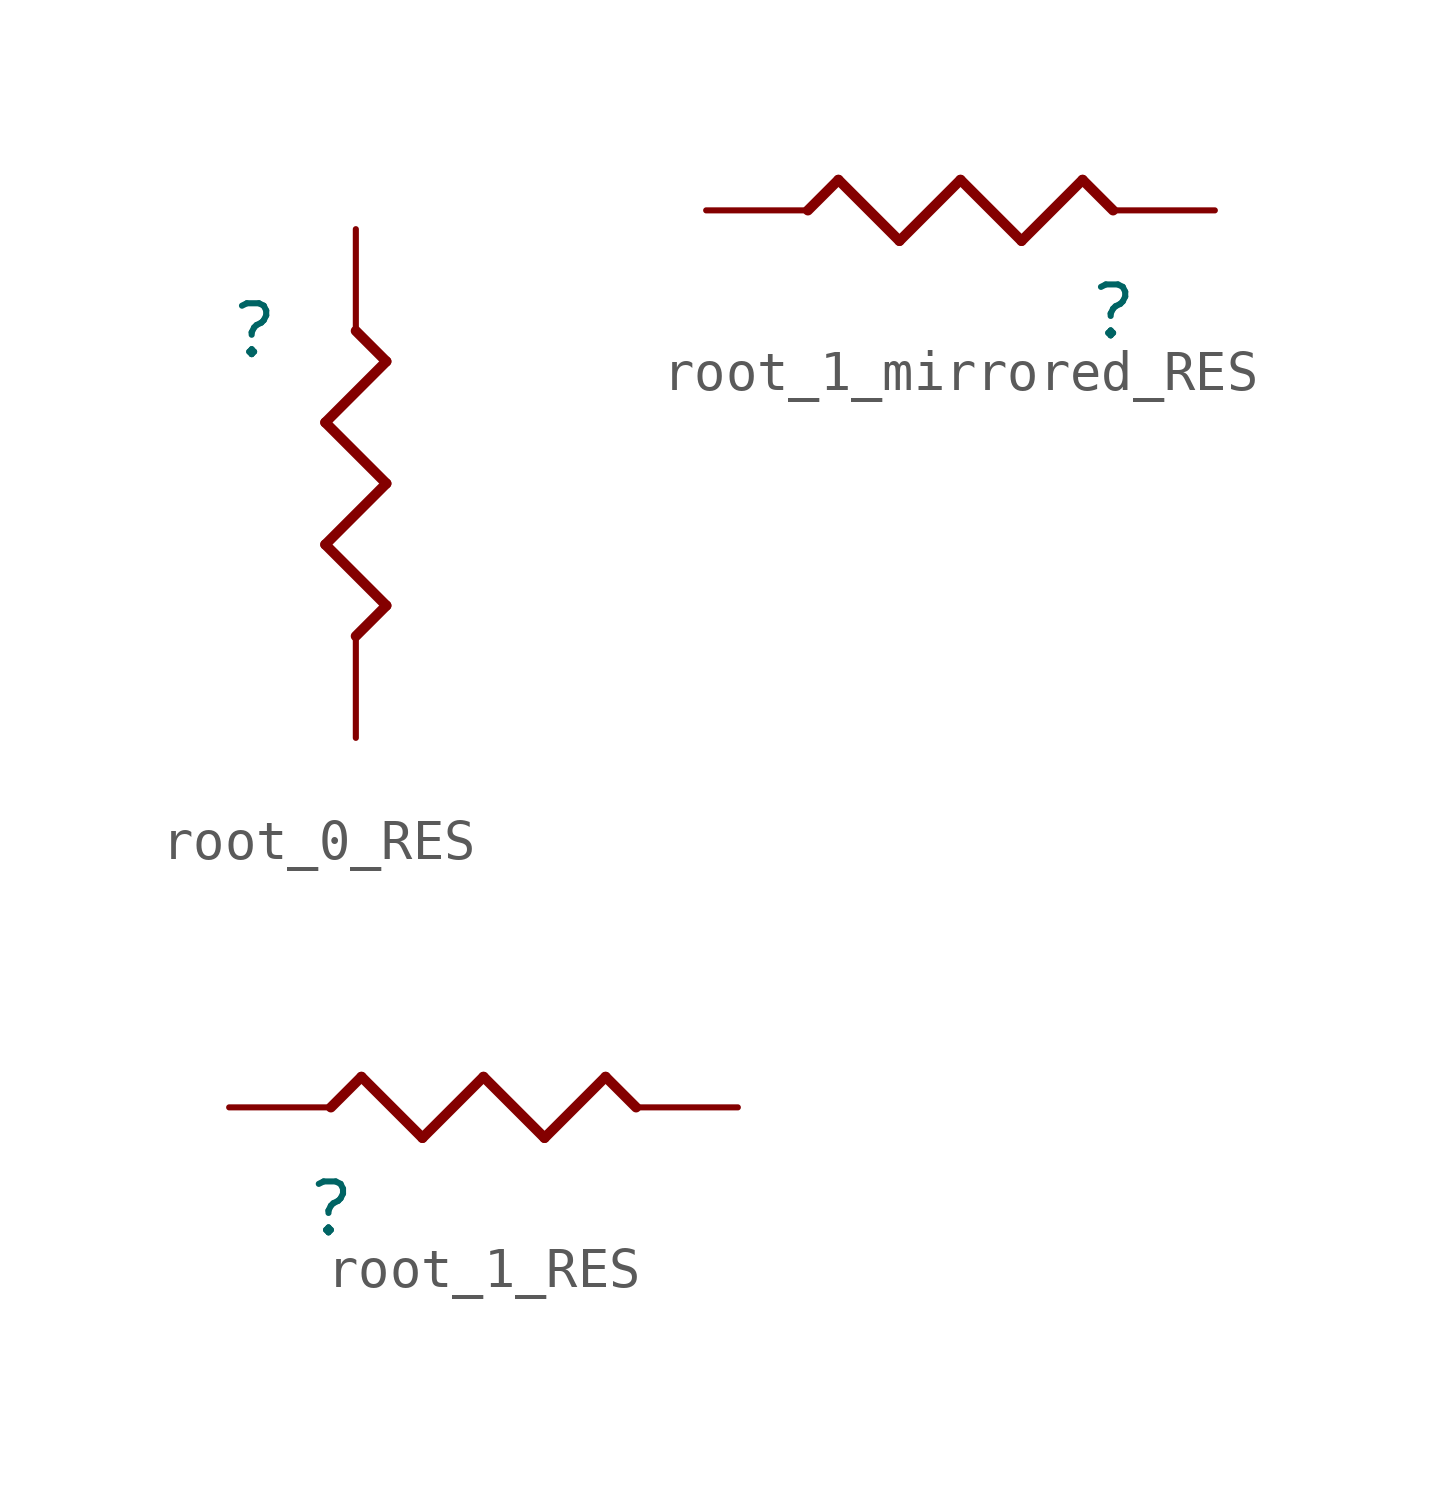
<source format=kicad_sym>
(kicad_symbol_lib
  (version 20231120)
  (generator "kicad_symbol_editor")
  (generator_version "8.0")
  (symbol "root_0_RES"
    (property "Reference" ""
      (at 0 0 0)
      (effects (font (size 1.27 1.27))))
    (property "Value" ""
      (at 0 0 0)
      (effects (font (size 1.27 1.27))))
    (symbol "root_0_RES_1_0"
      (polyline (pts (xy 1.778 -5.334) (xy 3.302 -6.858)) (stroke (width 0.254) (type solid)) (fill (type none)))
      (polyline (pts (xy 1.778 -2.286) (xy 3.302 -3.81)) (stroke (width 0.254) (type solid)) (fill (type none)))
      (polyline (pts (xy 2.54 0) (xy 3.302 -0.762)) (stroke (width 0.254) (type solid)) (fill (type none)))
      (polyline (pts (xy 3.302 -6.858) (xy 2.54 -7.62)) (stroke (width 0.254) (type solid)) (fill (type none)))
      (polyline (pts (xy 3.302 -3.81) (xy 1.778 -5.334)) (stroke (width 0.254) (type solid)) (fill (type none)))
      (polyline (pts (xy 3.302 -0.762) (xy 1.778 -2.286)) (stroke (width 0.254) (type solid)) (fill (type none)))
      (pin passive line (at 2.54 2.54 270) (length 2.54) (name "1" (effects (font (size 0 0)))) (number "1" (effects (font (size 0 0)))))
      (pin passive line (at 2.54 -10.16 90) (length 2.54) (name "2" (effects (font (size 0 0)))) (number "2" (effects (font (size 0 0)))))))
  (symbol "root_1_mirrored_RES"
    (property "Reference" ""
      (at 0 0 0)
      (effects (font (size 1.27 1.27))))
    (property "Value" ""
      (at 0 0 0)
      (effects (font (size 1.27 1.27))))
    (symbol "root_1_mirrored_RES_1_0"
      (polyline (pts (xy -6.858 3.302) (xy -7.62 2.54)) (stroke (width 0.254) (type solid)) (fill (type none)))
      (polyline (pts (xy -5.334 1.778) (xy -6.858 3.302)) (stroke (width 0.254) (type solid)) (fill (type none)))
      (polyline (pts (xy -3.81 3.302) (xy -5.334 1.778)) (stroke (width 0.254) (type solid)) (fill (type none)))
      (polyline (pts (xy -2.286 1.778) (xy -3.81 3.302)) (stroke (width 0.254) (type solid)) (fill (type none)))
      (polyline (pts (xy -0.762 3.302) (xy -2.286 1.778)) (stroke (width 0.254) (type solid)) (fill (type none)))
      (polyline (pts (xy 0 2.54) (xy -0.762 3.302)) (stroke (width 0.254) (type solid)) (fill (type none)))
      (pin passive line (at 2.54 2.54 180) (length 2.54) (name "1" (effects (font (size 0 0)))) (number "1" (effects (font (size 0 0)))))
      (pin passive line (at -10.16 2.54 0) (length 2.54) (name "2" (effects (font (size 0 0)))) (number "2" (effects (font (size 0 0)))))))
  (symbol "root_1_RES"
    (property "Reference" ""
      (at 0 0 0)
      (effects (font (size 1.27 1.27))))
    (property "Value" ""
      (at 0 0 0)
      (effects (font (size 1.27 1.27))))
    (symbol "root_1_RES_1_0"
      (polyline (pts (xy 0 2.54) (xy 0.762 3.302)) (stroke (width 0.254) (type solid)) (fill (type none)))
      (polyline (pts (xy 0.762 3.302) (xy 2.286 1.778)) (stroke (width 0.254) (type solid)) (fill (type none)))
      (polyline (pts (xy 2.286 1.778) (xy 3.81 3.302)) (stroke (width 0.254) (type solid)) (fill (type none)))
      (polyline (pts (xy 3.81 3.302) (xy 5.334 1.778)) (stroke (width 0.254) (type solid)) (fill (type none)))
      (polyline (pts (xy 5.334 1.778) (xy 6.858 3.302)) (stroke (width 0.254) (type solid)) (fill (type none)))
      (polyline (pts (xy 6.858 3.302) (xy 7.62 2.54)) (stroke (width 0.254) (type solid)) (fill (type none)))
      (pin passive line (at -2.54 2.54 0) (length 2.54) (name "1" (effects (font (size 0 0)))) (number "1" (effects (font (size 0 0)))))
      (pin passive line (at 10.16 2.54 180) (length 2.54) (name "2" (effects (font (size 0 0)))) (number "2" (effects (font (size 0 0))))))))
</source>
